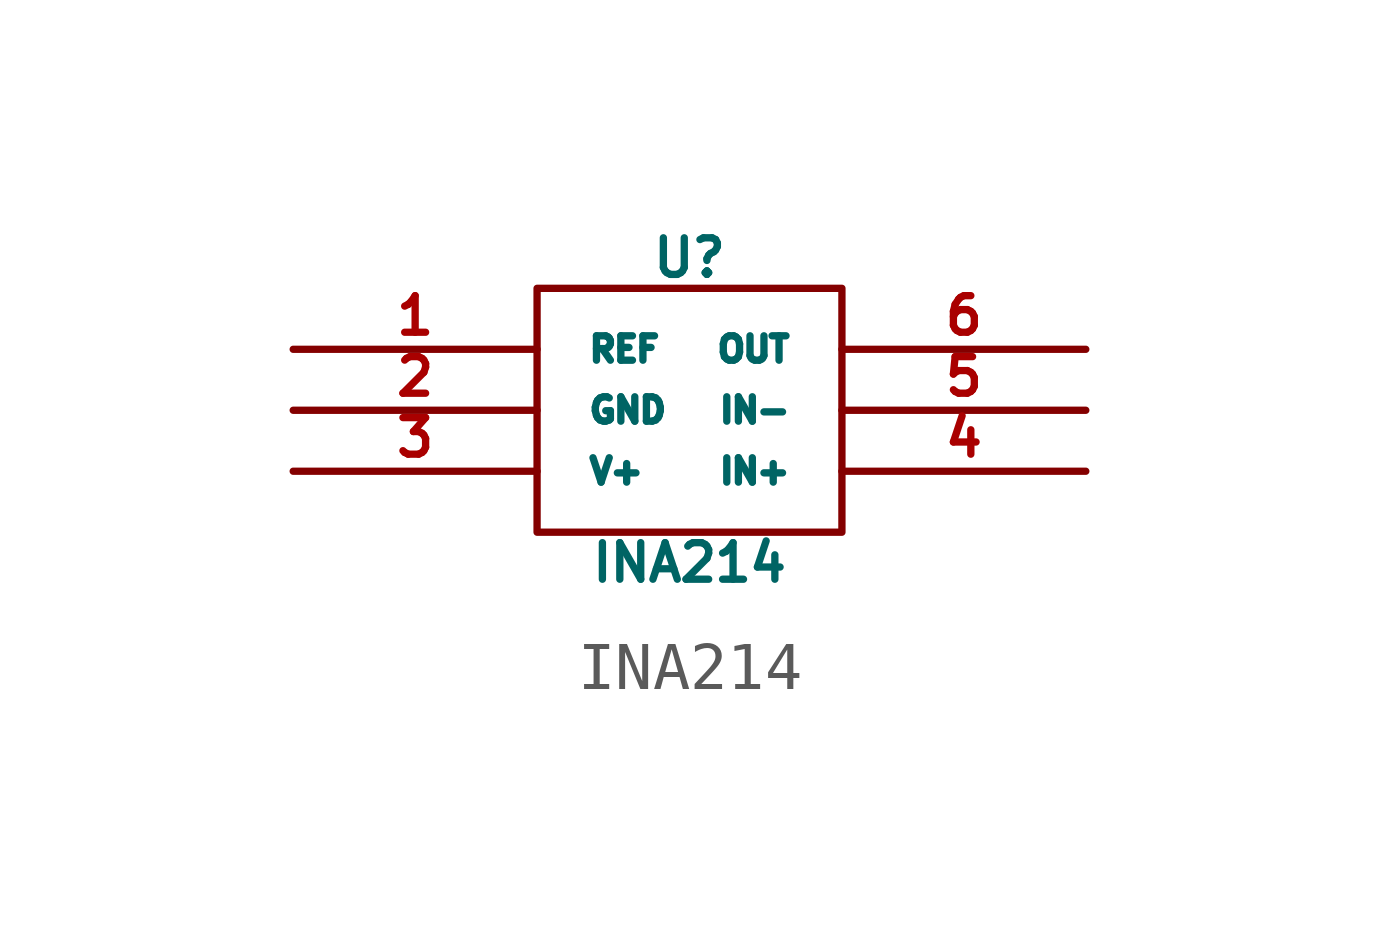
<source format=kicad_sym>
(kicad_symbol_lib
  (version 20220914)
  (generator kicad_symbol_editor)
  (symbol "INA214"
    (pin_names
      (offset 1.016))
    (property "Reference" "U"
      (at 0 3.175 0)
      (effects (font (size 0.762 0.762))))
    (property "Value" "INA214"
      (at 0 -3.175 0)
      (effects (font (size 0.762 0.762))))
    (symbol "INA214_0_1"
      (rectangle (start -3.175 2.54) (end 3.175 -2.54) (stroke (width 0) (type solid)) (fill (type none))))
    (symbol "INA214_1_1"
      (pin input line (at -8.255 1.27 0) (length 5.08) (name "REF" (effects (font (size 0.508 0.508)))) (number "1" (effects (font (size 0.762 0.762)))))
      (pin input line (at -8.255 0 0) (length 5.08) (name "GND" (effects (font (size 0.508 0.508)))) (number "2" (effects (font (size 0.762 0.762)))))
      (pin input line (at -8.255 -1.27 0) (length 5.08) (name "V+" (effects (font (size 0.508 0.508)))) (number "3" (effects (font (size 0.762 0.762)))))
      (pin input line (at 8.255 -1.27 180) (length 5.08) (name "IN+" (effects (font (size 0.508 0.508)))) (number "4" (effects (font (size 0.762 0.762)))))
      (pin input line (at 8.255 0 180) (length 5.08) (name "IN-" (effects (font (size 0.508 0.508)))) (number "5" (effects (font (size 0.762 0.762)))))
      (pin input line (at 8.255 1.27 180) (length 5.08) (name "OUT" (effects (font (size 0.508 0.508)))) (number "6" (effects (font (size 0.762 0.762))))))))
</source>
